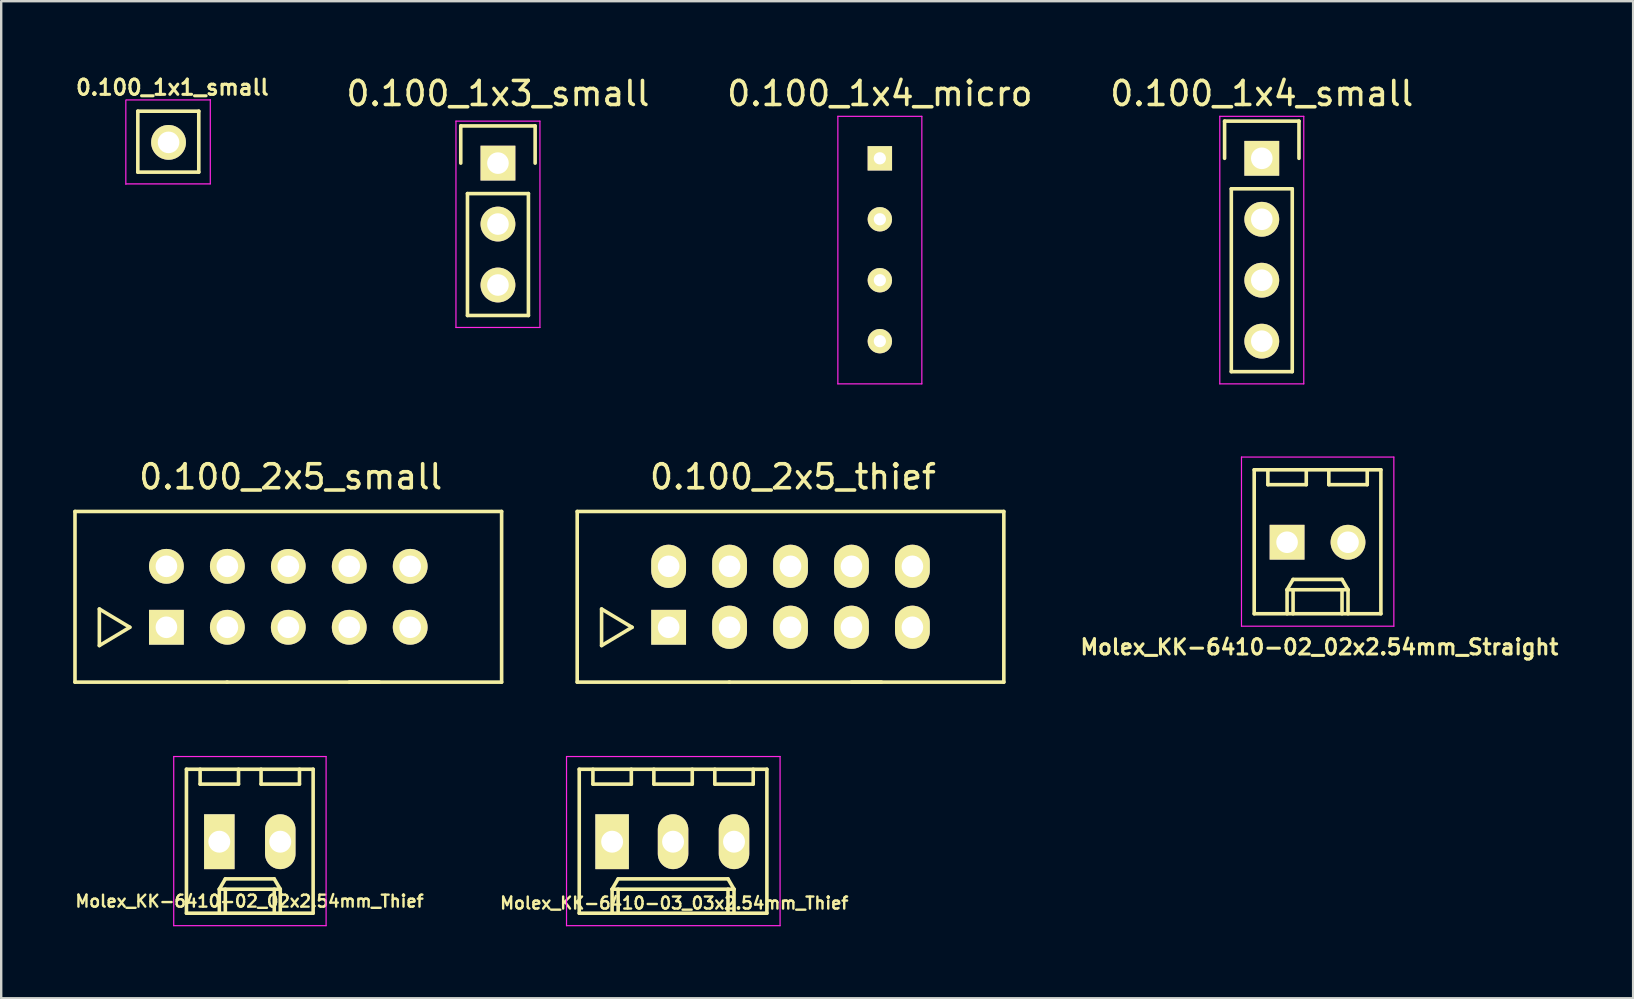
<source format=kicad_pcb>
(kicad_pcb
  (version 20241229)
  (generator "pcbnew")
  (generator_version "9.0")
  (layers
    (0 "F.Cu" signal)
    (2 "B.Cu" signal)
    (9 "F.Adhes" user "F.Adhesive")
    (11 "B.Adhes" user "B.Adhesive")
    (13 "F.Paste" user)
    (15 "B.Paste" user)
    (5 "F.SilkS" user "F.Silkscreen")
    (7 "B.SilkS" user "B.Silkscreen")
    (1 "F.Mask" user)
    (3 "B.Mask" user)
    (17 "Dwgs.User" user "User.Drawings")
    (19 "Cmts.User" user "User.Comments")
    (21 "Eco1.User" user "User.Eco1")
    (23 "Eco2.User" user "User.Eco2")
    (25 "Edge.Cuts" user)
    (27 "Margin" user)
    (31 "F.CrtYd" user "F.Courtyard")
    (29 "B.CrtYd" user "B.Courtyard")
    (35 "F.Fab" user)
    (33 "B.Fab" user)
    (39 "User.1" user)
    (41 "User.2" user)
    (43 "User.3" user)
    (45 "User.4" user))
  (footprint "0.100_2x5_small"
    (layer "F.Cu")
    (at 8.965 21.822)
    (property "Reference" "0.100_2x5_small" (at 0.1 -5 0) (layer "F.SilkS") (effects (font (size 1 1) (thickness 0.15))))
    (attr through_hole)
    (fp_line (start -8.89 -3.556) (end 8.89 -3.556) (stroke (width 0.15) (type solid)) (layer "F.SilkS"))
    (fp_line (start -8.89 3.556) (end -8.89 -3.556) (stroke (width 0.15) (type solid)) (layer "F.SilkS"))
    (fp_line (start -7.874 0.508) (end -7.874 2.032) (stroke (width 0.15) (type solid)) (layer "F.SilkS"))
    (fp_line (start -7.874 2.032) (end -6.604 1.27) (stroke (width 0.15) (type solid)) (layer "F.SilkS"))
    (fp_line (start -6.604 1.27) (end -7.874 0.508) (stroke (width 0.15) (type solid)) (layer "F.SilkS"))
    (fp_line (start -2.54 3.556) (end -8.89 3.556) (stroke (width 0.15) (type solid)) (layer "F.SilkS"))
    (fp_line (start 3.79 3.556) (end -2.56 3.556) (stroke (width 0.15) (type solid)) (layer "F.SilkS"))
    (fp_line (start 8.89 3.556) (end 2.54 3.556) (stroke (width 0.15) (type solid)) (layer "F.SilkS"))
    (fp_line (start 8.89 3.556) (end 8.89 -3.556) (stroke (width 0.15) (type solid)) (layer "F.SilkS"))
    (pad "1" thru_hole rect (at -5.08 1.27) (size 1.45 1.45) (drill 0.9) (layers "*.Cu" "*.Mask" "F.SilkS"))
    (pad "2" thru_hole circle (at -5.08 -1.27) (size 1.45 1.45) (drill 0.9) (layers "*.Cu" "*.Mask" "F.SilkS"))
    (pad "3" thru_hole circle (at -2.54 1.27) (size 1.45 1.45) (drill 0.9) (layers "*.Cu" "*.Mask" "F.SilkS"))
    (pad "4" thru_hole circle (at -2.54 -1.27) (size 1.45 1.45) (drill 0.9) (layers "*.Cu" "*.Mask" "F.SilkS"))
    (pad "5" thru_hole circle (at 0 1.27) (size 1.45 1.45) (drill 0.9) (layers "*.Cu" "*.Mask" "F.SilkS"))
    (pad "6" thru_hole circle (at 0 -1.27) (size 1.445 1.445) (drill 0.9) (layers "*.Cu" "*.Mask" "F.SilkS"))
    (pad "7" thru_hole circle (at 2.54 1.27) (size 1.45 1.45) (drill 0.9) (layers "*.Cu" "*.Mask" "F.SilkS"))
    (pad "8" thru_hole circle (at 2.54 -1.27) (size 1.45 1.45) (drill 0.9) (layers "*.Cu" "*.Mask" "F.SilkS"))
    (pad "9" thru_hole circle (at 5.08 1.27) (size 1.45 1.45) (drill 0.9) (layers "*.Cu" "*.Mask" "F.SilkS"))
    (pad "10" thru_hole circle (at 5.08 -1.27) (size 1.45 1.45) (drill 0.9) (layers "*.Cu" "*.Mask" "F.SilkS")))
  (footprint "0.100_1x4_small"
    (layer "F.Cu")
    (at 49.535 7.358)
    (property "Reference" "0.100_1x4_small" (at 0 -6.51 0) (layer "F.SilkS") (effects (font (size 1 1) (thickness 0.15))))
    (attr through_hole)
    (fp_line (start -1.55 -5.36) (end 1.55 -5.36) (stroke (width 0.15) (type solid)) (layer "F.SilkS"))
    (fp_line (start -1.55 -3.81) (end -1.55 -5.36) (stroke (width 0.15) (type solid)) (layer "F.SilkS"))
    (fp_line (start -1.27 -2.54) (end -1.27 5.08) (stroke (width 0.15) (type solid)) (layer "F.SilkS"))
    (fp_line (start -1.27 5.08) (end 1.27 5.08) (stroke (width 0.15) (type solid)) (layer "F.SilkS"))
    (fp_line (start 1.27 -2.54) (end -1.27 -2.54) (stroke (width 0.15) (type solid)) (layer "F.SilkS"))
    (fp_line (start 1.27 -2.54) (end 1.27 5.08) (stroke (width 0.15) (type solid)) (layer "F.SilkS"))
    (fp_line (start 1.55 -5.36) (end 1.55 -3.81) (stroke (width 0.15) (type solid)) (layer "F.SilkS"))
    (fp_line (start -1.75 -5.56) (end -1.75 5.59) (stroke (width 0.05) (type solid)) (layer "F.CrtYd"))
    (fp_line (start -1.75 -5.56) (end 1.75 -5.56) (stroke (width 0.05) (type solid)) (layer "F.CrtYd"))
    (fp_line (start -1.75 5.59) (end 1.75 5.59) (stroke (width 0.05) (type solid)) (layer "F.CrtYd"))
    (fp_line (start 1.75 -5.56) (end 1.75 5.59) (stroke (width 0.05) (type solid)) (layer "F.CrtYd"))
    (pad "1" thru_hole rect (at 0 -3.81) (size 1.45 1.45) (drill 0.9) (layers "*.Cu" "*.Mask" "F.SilkS"))
    (pad "2" thru_hole oval (at 0 -1.27) (size 1.45 1.45) (drill 0.9) (layers "*.Cu" "*.Mask" "F.SilkS"))
    (pad "3" thru_hole oval (at 0 1.27) (size 1.45 1.45) (drill 0.9) (layers "*.Cu" "*.Mask" "F.SilkS"))
    (pad "4" thru_hole oval (at 0 3.81) (size 1.45 1.45) (drill 0.9) (layers "*.Cu" "*.Mask" "F.SilkS")))
  (footprint "0.100_1x4_micro"
    (layer "F.Cu")
    (at 33.618 7.358)
    (property "Reference" "0.100_1x4_micro" (at 0 -6.51 0) (layer "F.SilkS") (effects (font (size 1 1) (thickness 0.15))))
    (attr through_hole)
    (fp_line (start -1.75 -5.56) (end -1.75 5.59) (stroke (width 0.05) (type solid)) (layer "F.CrtYd"))
    (fp_line (start -1.75 -5.56) (end 1.75 -5.56) (stroke (width 0.05) (type solid)) (layer "F.CrtYd"))
    (fp_line (start -1.75 5.59) (end 1.75 5.59) (stroke (width 0.05) (type solid)) (layer "F.CrtYd"))
    (fp_line (start 1.75 -5.56) (end 1.75 5.59) (stroke (width 0.05) (type solid)) (layer "F.CrtYd"))
    (pad "1" thru_hole rect (at 0 -3.81) (size 1.016 1.016) (drill 0.508) (layers "*.Cu" "*.Mask" "F.SilkS"))
    (pad "2" thru_hole circle (at 0 -1.27) (size 1.016 1.016) (drill 0.508) (layers "*.Cu" "*.Mask" "F.SilkS"))
    (pad "3" thru_hole circle (at 0 1.27) (size 1.016 1.016) (drill 0.508) (layers "*.Cu" "*.Mask" "F.SilkS"))
    (pad "4" thru_hole circle (at 0 3.81) (size 1.016 1.016) (drill 0.508) (layers "*.Cu" "*.Mask" "F.SilkS")))
  (footprint "0.100_1x3_small"
    (layer "F.Cu")
    (at 17.702 6.288)
    (property "Reference" "0.100_1x3_small" (at 0 -5.44 0) (layer "F.SilkS") (effects (font (size 1 1) (thickness 0.15))))
    (attr through_hole)
    (fp_line (start -1.55 -4.09) (end 1.55 -4.09) (stroke (width 0.15) (type solid)) (layer "F.SilkS"))
    (fp_line (start -1.55 -2.54) (end -1.55 -4.09) (stroke (width 0.15) (type solid)) (layer "F.SilkS"))
    (fp_line (start -1.27 -1.27) (end -1.27 3.81) (stroke (width 0.15) (type solid)) (layer "F.SilkS"))
    (fp_line (start -1.27 3.81) (end 1.27 3.81) (stroke (width 0.15) (type solid)) (layer "F.SilkS"))
    (fp_line (start 1.27 -1.27) (end -1.27 -1.27) (stroke (width 0.15) (type solid)) (layer "F.SilkS"))
    (fp_line (start 1.27 3.81) (end 1.27 -1.27) (stroke (width 0.15) (type solid)) (layer "F.SilkS"))
    (fp_line (start 1.55 -4.09) (end 1.55 -2.54) (stroke (width 0.15) (type solid)) (layer "F.SilkS"))
    (fp_line (start -1.75 -4.29) (end -1.75 4.31) (stroke (width 0.05) (type solid)) (layer "F.CrtYd"))
    (fp_line (start -1.75 -4.29) (end 1.75 -4.29) (stroke (width 0.05) (type solid)) (layer "F.CrtYd"))
    (fp_line (start -1.75 4.31) (end 1.75 4.31) (stroke (width 0.05) (type solid)) (layer "F.CrtYd"))
    (fp_line (start 1.75 -4.29) (end 1.75 4.31) (stroke (width 0.05) (type solid)) (layer "F.CrtYd"))
    (pad "1" thru_hole rect (at 0 -2.54) (size 1.45 1.45) (drill 0.9) (layers "*.Cu" "*.Mask" "F.SilkS"))
    (pad "2" thru_hole oval (at 0 0) (size 1.45 1.45) (drill 0.9) (layers "*.Cu" "*.Mask" "F.SilkS"))
    (pad "3" thru_hole oval (at 0 2.54) (size 1.45 1.45) (drill 0.9) (layers "*.Cu" "*.Mask" "F.SilkS")))
  (footprint "0.100_1x1_small"
    (layer "F.Cu")
    (at 3.974 2.884)
    (property "Reference" "0.100_1x1_small" (at 0.16 -2.29 0) (layer "F.SilkS") (effects (font (size 0.635 0.635) (thickness 0.127))))
    (attr through_hole)
    (fp_line (start -1.28 -1.3) (end -1.28 1.24) (stroke (width 0.15) (type solid)) (layer "F.SilkS"))
    (fp_line (start -1.28 1.24) (end 1.26 1.24) (stroke (width 0.15) (type solid)) (layer "F.SilkS"))
    (fp_line (start 1.26 -1.3) (end -1.28 -1.3) (stroke (width 0.15) (type solid)) (layer "F.SilkS"))
    (fp_line (start 1.26 -1.3) (end 1.26 1.24) (stroke (width 0.15) (type solid)) (layer "F.SilkS"))
    (fp_line (start -1.78 -1.76) (end -1.78 1.75) (stroke (width 0.05) (type solid)) (layer "F.CrtYd"))
    (fp_line (start -1.76 -1.77) (end 1.74 -1.77) (stroke (width 0.05) (type solid)) (layer "F.CrtYd"))
    (fp_line (start -1.76 1.73) (end 1.74 1.73) (stroke (width 0.05) (type solid)) (layer "F.CrtYd"))
    (fp_line (start 1.74 -1.78) (end 1.74 1.73) (stroke (width 0.05) (type solid)) (layer "F.CrtYd"))
    (pad "1" thru_hole circle (at 0 0) (size 1.45 1.45) (drill 0.9) (layers "*.Cu" "*.Mask" "F.SilkS")))
  (footprint "0.100_2x5_thief"
    (layer "F.Cu")
    (at 29.895 21.822)
    (property "Reference" "0.100_2x5_thief" (at 0.1 -5 0) (layer "F.SilkS") (effects (font (size 1 1) (thickness 0.15))))
    (attr through_hole)
    (fp_line (start -8.89 -3.556) (end 8.89 -3.556) (stroke (width 0.15) (type solid)) (layer "F.SilkS"))
    (fp_line (start -8.89 3.556) (end -8.89 -3.556) (stroke (width 0.15) (type solid)) (layer "F.SilkS"))
    (fp_line (start -7.874 0.508) (end -7.874 2.032) (stroke (width 0.15) (type solid)) (layer "F.SilkS"))
    (fp_line (start -7.874 2.032) (end -6.604 1.27) (stroke (width 0.15) (type solid)) (layer "F.SilkS"))
    (fp_line (start -6.604 1.27) (end -7.874 0.508) (stroke (width 0.15) (type solid)) (layer "F.SilkS"))
    (fp_line (start -2.54 3.556) (end -8.89 3.556) (stroke (width 0.15) (type solid)) (layer "F.SilkS"))
    (fp_line (start 3.79 3.556) (end -2.56 3.556) (stroke (width 0.15) (type solid)) (layer "F.SilkS"))
    (fp_line (start 8.89 3.556) (end 2.54 3.556) (stroke (width 0.15) (type solid)) (layer "F.SilkS"))
    (fp_line (start 8.89 3.556) (end 8.89 -3.556) (stroke (width 0.15) (type solid)) (layer "F.SilkS"))
    (pad "1" thru_hole rect (at -5.08 1.27) (size 1.45 1.45) (drill 0.9) (layers "*.Cu" "*.Mask" "F.SilkS"))
    (pad "2" thru_hole oval (at -5.08 -1.27) (size 1.45 1.8) (drill 0.9) (layers "*.Cu" "*.Mask" "F.SilkS"))
    (pad "3" thru_hole oval (at -2.54 1.27) (size 1.45 1.8) (drill 0.9) (layers "*.Cu" "*.Mask" "F.SilkS"))
    (pad "4" thru_hole oval (at -2.54 -1.27) (size 1.45 1.8) (drill 0.9) (layers "*.Cu" "*.Mask" "F.SilkS"))
    (pad "5" thru_hole oval (at 0 1.27) (size 1.45 1.8) (drill 0.9) (layers "*.Cu" "*.Mask" "F.SilkS"))
    (pad "6" thru_hole oval (at 0 -1.27) (size 1.45 1.8) (drill 0.9) (layers "*.Cu" "*.Mask" "F.SilkS"))
    (pad "7" thru_hole oval (at 2.54 1.27) (size 1.45 1.8) (drill 0.9) (layers "*.Cu" "*.Mask" "F.SilkS"))
    (pad "8" thru_hole oval (at 2.54 -1.27) (size 1.45 1.8) (drill 0.9) (layers "*.Cu" "*.Mask" "F.SilkS"))
    (pad "9" thru_hole oval (at 5.08 1.27) (size 1.45 1.8) (drill 0.9) (layers "*.Cu" "*.Mask" "F.SilkS"))
    (pad "10" thru_hole oval (at 5.08 -1.27) (size 1.45 1.8) (drill 0.9) (layers "*.Cu" "*.Mask" "F.SilkS")))
  (footprint "Molex_KK-6410-02_02x2.54mm_Thief"
    (layer "F.Cu")
    (at 7.36 32.028)
    (property "Reference" "Molex_KK-6410-02_02x2.54mm_Thief" (at -0.01 2.48 0) (layer "F.SilkS") (effects (font (size 0.5 0.5) (thickness 0.1))))
    (attr through_hole)
    (fp_line (start -2.64 -3.02) (end -2.64 2.98) (stroke (width 0.15) (type solid)) (layer "F.SilkS"))
    (fp_line (start -2.64 2.98) (end 2.64 2.98) (stroke (width 0.15) (type solid)) (layer "F.SilkS"))
    (fp_line (start -2.07 -3.02) (end -2.07 -2.4) (stroke (width 0.15) (type solid)) (layer "F.SilkS"))
    (fp_line (start -2.07 -2.4) (end -0.47 -2.4) (stroke (width 0.15) (type solid)) (layer "F.SilkS"))
    (fp_line (start -1.27 1.98) (end -1.02 1.55) (stroke (width 0.15) (type solid)) (layer "F.SilkS"))
    (fp_line (start -1.27 1.98) (end 1.27 1.98) (stroke (width 0.15) (type solid)) (layer "F.SilkS"))
    (fp_line (start -1.27 2.98) (end -1.27 1.98) (stroke (width 0.15) (type solid)) (layer "F.SilkS"))
    (fp_line (start -1.02 1.55) (end 1.02 1.55) (stroke (width 0.15) (type solid)) (layer "F.SilkS"))
    (fp_line (start -1.02 2.98) (end -1.02 1.98) (stroke (width 0.15) (type solid)) (layer "F.SilkS"))
    (fp_line (start -0.47 -2.4) (end -0.47 -3.02) (stroke (width 0.15) (type solid)) (layer "F.SilkS"))
    (fp_line (start 0.47 -3.02) (end 0.47 -2.4) (stroke (width 0.15) (type solid)) (layer "F.SilkS"))
    (fp_line (start 0.47 -2.4) (end 2.07 -2.4) (stroke (width 0.15) (type solid)) (layer "F.SilkS"))
    (fp_line (start 1.02 1.55) (end 1.27 1.98) (stroke (width 0.15) (type solid)) (layer "F.SilkS"))
    (fp_line (start 1.02 2.98) (end 1.02 1.98) (stroke (width 0.15) (type solid)) (layer "F.SilkS"))
    (fp_line (start 1.27 1.98) (end 1.27 2.98) (stroke (width 0.15) (type solid)) (layer "F.SilkS"))
    (fp_line (start 2.07 -2.4) (end 2.07 -3.02) (stroke (width 0.15) (type solid)) (layer "F.SilkS"))
    (fp_line (start 2.64 -3.02) (end -2.64 -3.02) (stroke (width 0.15) (type solid)) (layer "F.SilkS"))
    (fp_line (start 2.64 2.98) (end 2.64 -3.02) (stroke (width 0.15) (type solid)) (layer "F.SilkS"))
    (fp_line (start -3.17 -3.55) (end 3.18 -3.55) (stroke (width 0.05) (type solid)) (layer "F.CrtYd"))
    (fp_line (start -3.17 3.5) (end -3.17 -3.55) (stroke (width 0.05) (type solid)) (layer "F.CrtYd"))
    (fp_line (start 3.18 -3.55) (end 3.18 3.5) (stroke (width 0.05) (type solid)) (layer "F.CrtYd"))
    (fp_line (start 3.18 3.5) (end -3.17 3.5) (stroke (width 0.05) (type solid)) (layer "F.CrtYd"))
    (pad "1" thru_hole rect (at -1.27 0) (size 1.27 2.286) (drill 0.914) (layers "*.Cu" "*.Mask" "F.SilkS"))
    (pad "2" thru_hole oval (at 1.27 0) (size 1.27 2.286) (drill 0.914) (layers "*.Cu" "*.Mask" "F.SilkS")))
  (footprint "Molex_KK-6410-02_02x2.54mm_Straight"
    (layer "F.Cu")
    (at 51.859 19.548)
    (property "Reference" "Molex_KK-6410-02_02x2.54mm_Straight" (at 0.076 4.369 0) (layer "F.SilkS") (effects (font (size 0.635 0.635) (thickness 0.127))))
    (attr through_hole)
    (fp_line (start -2.64 -3.02) (end -2.64 2.98) (stroke (width 0.15) (type solid)) (layer "F.SilkS"))
    (fp_line (start -2.64 2.98) (end 2.64 2.98) (stroke (width 0.15) (type solid)) (layer "F.SilkS"))
    (fp_line (start -2.07 -3.02) (end -2.07 -2.4) (stroke (width 0.15) (type solid)) (layer "F.SilkS"))
    (fp_line (start -2.07 -2.4) (end -0.47 -2.4) (stroke (width 0.15) (type solid)) (layer "F.SilkS"))
    (fp_line (start -1.27 1.98) (end -1.02 1.55) (stroke (width 0.15) (type solid)) (layer "F.SilkS"))
    (fp_line (start -1.27 1.98) (end 1.27 1.98) (stroke (width 0.15) (type solid)) (layer "F.SilkS"))
    (fp_line (start -1.27 2.98) (end -1.27 1.98) (stroke (width 0.15) (type solid)) (layer "F.SilkS"))
    (fp_line (start -1.02 1.55) (end 1.02 1.55) (stroke (width 0.15) (type solid)) (layer "F.SilkS"))
    (fp_line (start -1.02 2.98) (end -1.02 1.98) (stroke (width 0.15) (type solid)) (layer "F.SilkS"))
    (fp_line (start -0.47 -2.4) (end -0.47 -3.02) (stroke (width 0.15) (type solid)) (layer "F.SilkS"))
    (fp_line (start 0.47 -3.02) (end 0.47 -2.4) (stroke (width 0.15) (type solid)) (layer "F.SilkS"))
    (fp_line (start 0.47 -2.4) (end 2.07 -2.4) (stroke (width 0.15) (type solid)) (layer "F.SilkS"))
    (fp_line (start 1.02 1.55) (end 1.27 1.98) (stroke (width 0.15) (type solid)) (layer "F.SilkS"))
    (fp_line (start 1.02 2.98) (end 1.02 1.98) (stroke (width 0.15) (type solid)) (layer "F.SilkS"))
    (fp_line (start 1.27 1.98) (end 1.27 2.98) (stroke (width 0.15) (type solid)) (layer "F.SilkS"))
    (fp_line (start 2.07 -2.4) (end 2.07 -3.02) (stroke (width 0.15) (type solid)) (layer "F.SilkS"))
    (fp_line (start 2.64 -3.02) (end -2.64 -3.02) (stroke (width 0.15) (type solid)) (layer "F.SilkS"))
    (fp_line (start 2.64 2.98) (end 2.64 -3.02) (stroke (width 0.15) (type solid)) (layer "F.SilkS"))
    (fp_line (start -3.17 -3.55) (end 3.18 -3.55) (stroke (width 0.05) (type solid)) (layer "F.CrtYd"))
    (fp_line (start -3.17 3.5) (end -3.17 -3.55) (stroke (width 0.05) (type solid)) (layer "F.CrtYd"))
    (fp_line (start 3.18 -3.55) (end 3.18 3.5) (stroke (width 0.05) (type solid)) (layer "F.CrtYd"))
    (fp_line (start 3.18 3.5) (end -3.17 3.5) (stroke (width 0.05) (type solid)) (layer "F.CrtYd"))
    (pad "1" thru_hole rect (at -1.27 0) (size 1.45 1.45) (drill 0.9) (layers "*.Cu" "*.Mask" "F.SilkS"))
    (pad "2" thru_hole oval (at 1.27 0) (size 1.45 1.45) (drill 0.9) (layers "*.Cu" "*.Mask" "F.SilkS")))
  (footprint "Molex_KK-6410-03_03x2.54mm_Thief"
    (layer "F.Cu")
    (at 25 32.028)
    (property "Reference" "Molex_KK-6410-03_03x2.54mm_Thief" (at 0.05 2.56 0) (layer "F.SilkS") (effects (font (size 0.5 0.5) (thickness 0.1))))
    (attr through_hole)
    (fp_line (start -3.91 -3.02) (end -3.91 2.98) (stroke (width 0.15) (type solid)) (layer "F.SilkS"))
    (fp_line (start -3.91 2.98) (end 3.91 2.98) (stroke (width 0.15) (type solid)) (layer "F.SilkS"))
    (fp_line (start -3.34 -3.02) (end -3.34 -2.4) (stroke (width 0.15) (type solid)) (layer "F.SilkS"))
    (fp_line (start -3.34 -2.4) (end -1.74 -2.4) (stroke (width 0.15) (type solid)) (layer "F.SilkS"))
    (fp_line (start -2.54 1.98) (end -2.29 1.55) (stroke (width 0.15) (type solid)) (layer "F.SilkS"))
    (fp_line (start -2.54 1.98) (end 2.54 1.98) (stroke (width 0.15) (type solid)) (layer "F.SilkS"))
    (fp_line (start -2.54 2.98) (end -2.54 1.98) (stroke (width 0.15) (type solid)) (layer "F.SilkS"))
    (fp_line (start -2.29 1.55) (end 2.29 1.55) (stroke (width 0.15) (type solid)) (layer "F.SilkS"))
    (fp_line (start -2.29 2.98) (end -2.29 1.98) (stroke (width 0.15) (type solid)) (layer "F.SilkS"))
    (fp_line (start -1.74 -2.4) (end -1.74 -3.02) (stroke (width 0.15) (type solid)) (layer "F.SilkS"))
    (fp_line (start -0.8 -3.02) (end -0.8 -2.4) (stroke (width 0.15) (type solid)) (layer "F.SilkS"))
    (fp_line (start -0.8 -2.4) (end 0.8 -2.4) (stroke (width 0.15) (type solid)) (layer "F.SilkS"))
    (fp_line (start 0.8 -2.4) (end 0.8 -3.02) (stroke (width 0.15) (type solid)) (layer "F.SilkS"))
    (fp_line (start 1.74 -3.02) (end 1.74 -2.4) (stroke (width 0.15) (type solid)) (layer "F.SilkS"))
    (fp_line (start 1.74 -2.4) (end 3.34 -2.4) (stroke (width 0.15) (type solid)) (layer "F.SilkS"))
    (fp_line (start 2.29 1.55) (end 2.54 1.98) (stroke (width 0.15) (type solid)) (layer "F.SilkS"))
    (fp_line (start 2.29 2.98) (end 2.29 1.98) (stroke (width 0.15) (type solid)) (layer "F.SilkS"))
    (fp_line (start 2.54 1.98) (end 2.54 2.98) (stroke (width 0.15) (type solid)) (layer "F.SilkS"))
    (fp_line (start 3.34 -2.4) (end 3.34 -3.02) (stroke (width 0.15) (type solid)) (layer "F.SilkS"))
    (fp_line (start 3.91 -3.02) (end -3.91 -3.02) (stroke (width 0.15) (type solid)) (layer "F.SilkS"))
    (fp_line (start 3.91 2.98) (end 3.91 -3.02) (stroke (width 0.15) (type solid)) (layer "F.SilkS"))
    (fp_line (start -4.44 -3.55) (end 4.46 -3.55) (stroke (width 0.05) (type solid)) (layer "F.CrtYd"))
    (fp_line (start -4.44 3.5) (end -4.44 -3.55) (stroke (width 0.05) (type solid)) (layer "F.CrtYd"))
    (fp_line (start 4.46 -3.55) (end 4.46 3.5) (stroke (width 0.05) (type solid)) (layer "F.CrtYd"))
    (fp_line (start 4.46 3.5) (end -4.44 3.5) (stroke (width 0.05) (type solid)) (layer "F.CrtYd"))
    (pad "1" thru_hole rect (at -2.54 0) (size 1.397 2.286) (drill 0.914) (layers "*.Cu" "*.Mask" "F.SilkS"))
    (pad "2" thru_hole oval (at 0 0) (size 1.27 2.286) (drill 0.914) (layers "*.Cu" "*.Mask" "F.SilkS"))
    (pad "3" thru_hole oval (at 2.54 0) (size 1.27 2.286) (drill 0.914) (layers "*.Cu" "*.Mask" "F.SilkS")))
  (gr_rect
    (start -3 -3)
    (end 65.011 38.553)
    (stroke (width 0.1) (type default))
    (fill no)
    (layer "Edge.Cuts")))
</source>
